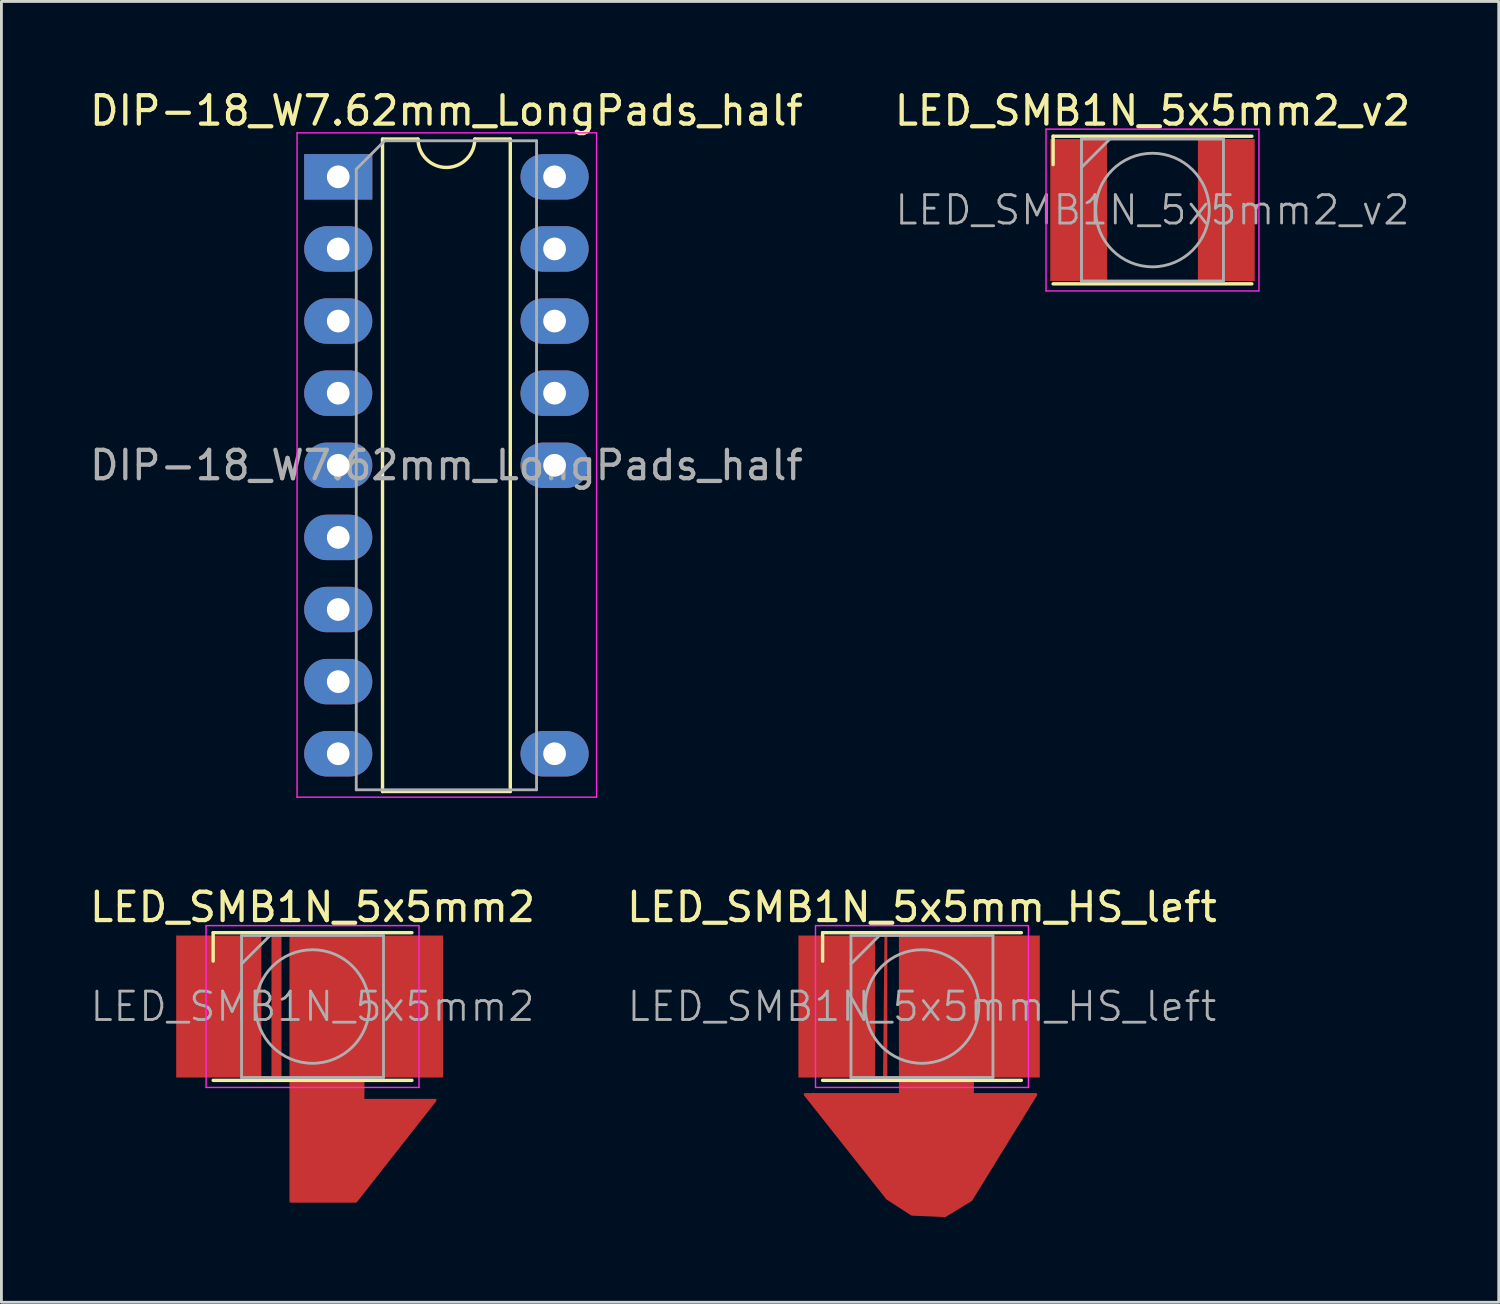
<source format=kicad_pcb>
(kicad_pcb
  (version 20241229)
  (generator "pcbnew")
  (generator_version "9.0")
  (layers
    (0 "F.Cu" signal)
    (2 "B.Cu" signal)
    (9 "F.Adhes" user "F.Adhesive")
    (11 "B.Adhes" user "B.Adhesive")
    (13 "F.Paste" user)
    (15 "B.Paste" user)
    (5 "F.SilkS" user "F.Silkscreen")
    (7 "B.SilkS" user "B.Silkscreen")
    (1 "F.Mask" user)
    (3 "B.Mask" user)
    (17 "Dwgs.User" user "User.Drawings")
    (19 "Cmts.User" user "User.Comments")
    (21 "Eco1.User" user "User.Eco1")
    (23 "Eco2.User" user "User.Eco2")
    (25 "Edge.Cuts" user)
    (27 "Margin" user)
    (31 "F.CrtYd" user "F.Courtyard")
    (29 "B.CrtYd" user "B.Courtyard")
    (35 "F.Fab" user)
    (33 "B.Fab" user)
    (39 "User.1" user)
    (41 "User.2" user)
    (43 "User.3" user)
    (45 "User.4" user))
  (footprint "DIP-18_W7.62mm_LongPads_half"
    (layer "F.Cu")
    (at 8.863 3.178)
    (property "Reference" "DIP-18_W7.62mm_LongPads_half" (at 3.81 -2.33 180) (layer "F.SilkS") (effects (font (size 1 1) (thickness 0.15))))
    (attr through_hole)
    (fp_line (start 1.56 -1.33) (end 1.56 21.65) (stroke (width 0.12) (type solid)) (layer "F.SilkS"))
    (fp_line (start 1.56 21.65) (end 6.06 21.65) (stroke (width 0.12) (type solid)) (layer "F.SilkS"))
    (fp_line (start 2.81 -1.33) (end 1.56 -1.33) (stroke (width 0.12) (type solid)) (layer "F.SilkS"))
    (fp_line (start 6.06 -1.33) (end 4.81 -1.33) (stroke (width 0.12) (type solid)) (layer "F.SilkS"))
    (fp_line (start 6.06 21.65) (end 6.06 -1.33) (stroke (width 0.12) (type solid)) (layer "F.SilkS"))
    (fp_arc (start 4.81 -1.33) (mid 3.81 -0.33) (end 2.81 -1.33) (stroke (width 0.12) (type solid)) (layer "F.SilkS"))
    (fp_line (start -1.45 -1.55) (end -1.45 21.85) (stroke (width 0.05) (type solid)) (layer "F.CrtYd"))
    (fp_line (start -1.45 21.85) (end 9.1 21.85) (stroke (width 0.05) (type solid)) (layer "F.CrtYd"))
    (fp_line (start 9.1 -1.55) (end -1.45 -1.55) (stroke (width 0.05) (type solid)) (layer "F.CrtYd"))
    (fp_line (start 9.1 21.85) (end 9.1 -1.55) (stroke (width 0.05) (type solid)) (layer "F.CrtYd"))
    (fp_line (start 0.635 -0.27) (end 1.635 -1.27) (stroke (width 0.1) (type solid)) (layer "F.Fab"))
    (fp_line (start 0.635 21.59) (end 0.635 -0.27) (stroke (width 0.1) (type solid)) (layer "F.Fab"))
    (fp_line (start 1.635 -1.27) (end 6.985 -1.27) (stroke (width 0.1) (type solid)) (layer "F.Fab"))
    (fp_line (start 6.985 -1.27) (end 6.985 21.59) (stroke (width 0.1) (type solid)) (layer "F.Fab"))
    (fp_line (start 6.985 21.59) (end 0.635 21.59) (stroke (width 0.1) (type solid)) (layer "F.Fab"))
    (fp_text user "${REFERENCE}" (at 3.81 10.16 180) (layer "F.Fab") (effects (font (size 1 1) (thickness 0.15))))
    (pad "1" thru_hole rect (at 0 0) (size 2.4 1.6) (drill 0.8) (layers "*.Cu" "*.Mask"))
    (pad "2" thru_hole oval (at 0 2.54) (size 2.4 1.6) (drill 0.8) (layers "*.Cu" "*.Mask"))
    (pad "3" thru_hole oval (at 0 5.08) (size 2.4 1.6) (drill 0.8) (layers "*.Cu" "*.Mask"))
    (pad "4" thru_hole oval (at 0 7.62) (size 2.4 1.6) (drill 0.8) (layers "*.Cu" "*.Mask"))
    (pad "5" thru_hole oval (at 0 10.16) (size 2.4 1.6) (drill 0.8) (layers "*.Cu" "*.Mask"))
    (pad "6" thru_hole oval (at 0 12.7) (size 2.4 1.6) (drill 0.8) (layers "*.Cu" "*.Mask"))
    (pad "7" thru_hole oval (at 0 15.24) (size 2.4 1.6) (drill 0.8) (layers "*.Cu" "*.Mask"))
    (pad "8" thru_hole oval (at 0 17.78) (size 2.4 1.6) (drill 0.8) (layers "*.Cu" "*.Mask"))
    (pad "9" thru_hole oval (at 0 20.32) (size 2.4 1.6) (drill 0.8) (layers "*.Cu" "*.Mask"))
    (pad "10" thru_hole oval (at 7.62 20.32) (size 2.4 1.6) (drill 0.8) (layers "*.Cu" "*.Mask"))
    (pad "14" thru_hole oval (at 7.62 10.16) (size 2.4 1.6) (drill 0.8) (layers "*.Cu" "*.Mask"))
    (pad "15" thru_hole oval (at 7.62 7.62) (size 2.4 1.6) (drill 0.8) (layers "*.Cu" "*.Mask"))
    (pad "16" thru_hole oval (at 7.62 5.08) (size 2.4 1.6) (drill 0.8) (layers "*.Cu" "*.Mask"))
    (pad "17" thru_hole oval (at 7.62 2.54) (size 2.4 1.6) (drill 0.8) (layers "*.Cu" "*.Mask"))
    (pad "18" thru_hole oval (at 7.62 0) (size 2.4 1.6) (drill 0.8) (layers "*.Cu" "*.Mask")))
  (footprint "LED_SMB1N_5x5mm_HS_left"
    (layer "F.Cu")
    (at 29.423 32.401)
    (property "Reference" "LED_SMB1N_5x5mm_HS_left" (at 0 -3.5 0) (layer "F.SilkS") (effects (font (size 1 1) (thickness 0.15))))
    (attr smd)
    (fp_poly (pts (xy -1.27 2.54) (xy -1.321 2.54) (xy -1.27 -2.54)) (stroke (width 0.1) (type solid)) (fill yes) (layer "F.Cu"))
    (fp_poly (pts (xy 1.778 3.099) (xy 4.013 3.099) (xy 1.727 6.807) (xy 0.813 7.366) (xy -0.356 7.315) (xy -1.219 6.756) (xy -4.115 3.099) (xy -0.762 3.099) (xy -0.762 -2.54) (xy 1.778 -2.54)) (stroke (width 0.1) (type solid)) (fill yes) (layer "F.Cu"))
    (fp_line (start -3.5 -2.6) (end 3.5 -2.6) (stroke (width 0.12) (type solid)) (layer "F.SilkS"))
    (fp_line (start -3.5 -1.6) (end -3.5 -2.6) (stroke (width 0.12) (type solid)) (layer "F.SilkS"))
    (fp_line (start -3.5 2.6) (end 3.5 2.6) (stroke (width 0.12) (type solid)) (layer "F.SilkS"))
    (fp_line (start -3.75 -2.85) (end -3.75 2.85) (stroke (width 0.05) (type solid)) (layer "F.CrtYd"))
    (fp_line (start -3.75 2.85) (end 3.75 2.85) (stroke (width 0.05) (type solid)) (layer "F.CrtYd"))
    (fp_line (start 3.75 -2.85) (end -3.75 -2.85) (stroke (width 0.05) (type solid)) (layer "F.CrtYd"))
    (fp_line (start 3.75 2.85) (end 3.75 -2.85) (stroke (width 0.05) (type solid)) (layer "F.CrtYd"))
    (fp_line (start -2.5 -2.5) (end -2.5 2.5) (stroke (width 0.1) (type solid)) (layer "F.Fab"))
    (fp_line (start -2.5 2.5) (end 2.5 2.5) (stroke (width 0.1) (type solid)) (layer "F.Fab"))
    (fp_line (start -1.5 -2.5) (end -2.5 -1.5) (stroke (width 0.1) (type solid)) (layer "F.Fab"))
    (fp_line (start 2.5 -2.5) (end -2.5 -2.5) (stroke (width 0.1) (type solid)) (layer "F.Fab"))
    (fp_line (start 2.5 2.5) (end 2.5 -2.5) (stroke (width 0.1) (type solid)) (layer "F.Fab"))
    (fp_circle (center 0 0) (end 0 -2) (stroke (width 0.1) (type solid)) (fill no) (layer "F.Fab"))
    (fp_text user "${REFERENCE}" (at 0 0 0) (layer "F.Fab") (effects (font (size 1 1) (thickness 0.1))))
    (pad "1" smd rect (at -3.002 0) (size 2.7 5) (layers "F.Cu" "F.Mask" "F.Paste"))
    (pad "2" smd rect (at 2.8 0) (size 2.7 5) (layers "F.Cu" "F.Mask" "F.Paste")))
  (footprint "LED_SMB1N_5x5mm2"
    (layer "F.Cu")
    (at 7.958 32.401)
    (property "Reference" "LED_SMB1N_5x5mm2" (at 0 -3.5 0) (layer "F.SilkS") (effects (font (size 1 1) (thickness 0.15))))
    (attr smd)
    (fp_poly (pts (xy -1.143 2.54) (xy -1.397 2.54) (xy -1.397 -2.54) (xy -1.143 -2.54)) (stroke (width 0.1) (type solid)) (fill yes) (layer "F.Cu"))
    (fp_poly (pts (xy 1.778 3.302) (xy 4.318 3.302) (xy 1.524 6.858) (xy -0.762 6.858) (xy -0.762 -2.54) (xy 1.778 -2.54)) (stroke (width 0.1) (type solid)) (fill yes) (layer "F.Cu"))
    (fp_line (start -3.5 -2.6) (end 3.5 -2.6) (stroke (width 0.12) (type solid)) (layer "F.SilkS"))
    (fp_line (start -3.5 -1.6) (end -3.5 -2.6) (stroke (width 0.12) (type solid)) (layer "F.SilkS"))
    (fp_line (start -3.5 2.6) (end 3.5 2.6) (stroke (width 0.12) (type solid)) (layer "F.SilkS"))
    (fp_line (start -3.75 -2.85) (end -3.75 2.85) (stroke (width 0.05) (type solid)) (layer "F.CrtYd"))
    (fp_line (start -3.75 2.85) (end 3.75 2.85) (stroke (width 0.05) (type solid)) (layer "F.CrtYd"))
    (fp_line (start 3.75 -2.85) (end -3.75 -2.85) (stroke (width 0.05) (type solid)) (layer "F.CrtYd"))
    (fp_line (start 3.75 2.85) (end 3.75 -2.85) (stroke (width 0.05) (type solid)) (layer "F.CrtYd"))
    (fp_line (start -2.5 -2.5) (end -2.5 2.5) (stroke (width 0.1) (type solid)) (layer "F.Fab"))
    (fp_line (start -2.5 2.5) (end 2.5 2.5) (stroke (width 0.1) (type solid)) (layer "F.Fab"))
    (fp_line (start -1.5 -2.5) (end -2.5 -1.5) (stroke (width 0.1) (type solid)) (layer "F.Fab"))
    (fp_line (start 2.5 -2.5) (end -2.5 -2.5) (stroke (width 0.1) (type solid)) (layer "F.Fab"))
    (fp_line (start 2.5 2.5) (end 2.5 -2.5) (stroke (width 0.1) (type solid)) (layer "F.Fab"))
    (fp_circle (center 0 0) (end 0 -2) (stroke (width 0.1) (type solid)) (fill no) (layer "F.Fab"))
    (fp_text user "${REFERENCE}" (at 0 0 0) (layer "F.Fab") (effects (font (size 1 1) (thickness 0.1))))
    (pad "1" smd rect (at -3.302 0) (size 3 5) (layers "F.Cu" "F.Mask" "F.Paste"))
    (pad "2" smd rect (at 3.1 0) (size 3 5) (layers "F.Cu" "F.Mask" "F.Paste")))
  (footprint "LED_SMB1N_5x5mm2_v2"
    (layer "F.Cu")
    (at 37.542 4.348)
    (property "Reference" "LED_SMB1N_5x5mm2_v2" (at 0 -3.5 0) (layer "F.SilkS") (effects (font (size 1 1) (thickness 0.15))))
    (attr smd)
    (fp_line (start -3.5 -2.6) (end 3.5 -2.6) (stroke (width 0.12) (type solid)) (layer "F.SilkS"))
    (fp_line (start -3.5 -1.6) (end -3.5 -2.6) (stroke (width 0.12) (type solid)) (layer "F.SilkS"))
    (fp_line (start -3.5 2.6) (end 3.5 2.6) (stroke (width 0.12) (type solid)) (layer "F.SilkS"))
    (fp_line (start -3.75 -2.85) (end -3.75 2.85) (stroke (width 0.05) (type solid)) (layer "F.CrtYd"))
    (fp_line (start -3.75 2.85) (end 3.75 2.85) (stroke (width 0.05) (type solid)) (layer "F.CrtYd"))
    (fp_line (start 3.75 -2.85) (end -3.75 -2.85) (stroke (width 0.05) (type solid)) (layer "F.CrtYd"))
    (fp_line (start 3.75 2.85) (end 3.75 -2.85) (stroke (width 0.05) (type solid)) (layer "F.CrtYd"))
    (fp_line (start -2.5 -2.5) (end -2.5 2.5) (stroke (width 0.1) (type solid)) (layer "F.Fab"))
    (fp_line (start -2.5 2.5) (end 2.5 2.5) (stroke (width 0.1) (type solid)) (layer "F.Fab"))
    (fp_line (start -1.5 -2.5) (end -2.5 -1.5) (stroke (width 0.1) (type solid)) (layer "F.Fab"))
    (fp_line (start 2.5 -2.5) (end -2.5 -2.5) (stroke (width 0.1) (type solid)) (layer "F.Fab"))
    (fp_line (start 2.5 2.5) (end 2.5 -2.5) (stroke (width 0.1) (type solid)) (layer "F.Fab"))
    (fp_circle (center 0 0) (end 0 -2) (stroke (width 0.1) (type solid)) (fill no) (layer "F.Fab"))
    (fp_text user "${REFERENCE}" (at 0 0 0) (layer "F.Fab") (effects (font (size 1 1) (thickness 0.1))))
    (pad "1" smd rect (at -2.6 0) (size 2 5) (layers "F.Cu" "F.Mask" "F.Paste"))
    (pad "2" smd rect (at 2.6 0) (size 2 5) (layers "F.Cu" "F.Mask" "F.Paste")))
  (gr_rect
    (start -3 -3)
    (end 49.738 42.818)
    (stroke (width 0.1) (type default))
    (fill no)
    (layer "Edge.Cuts")))
</source>
